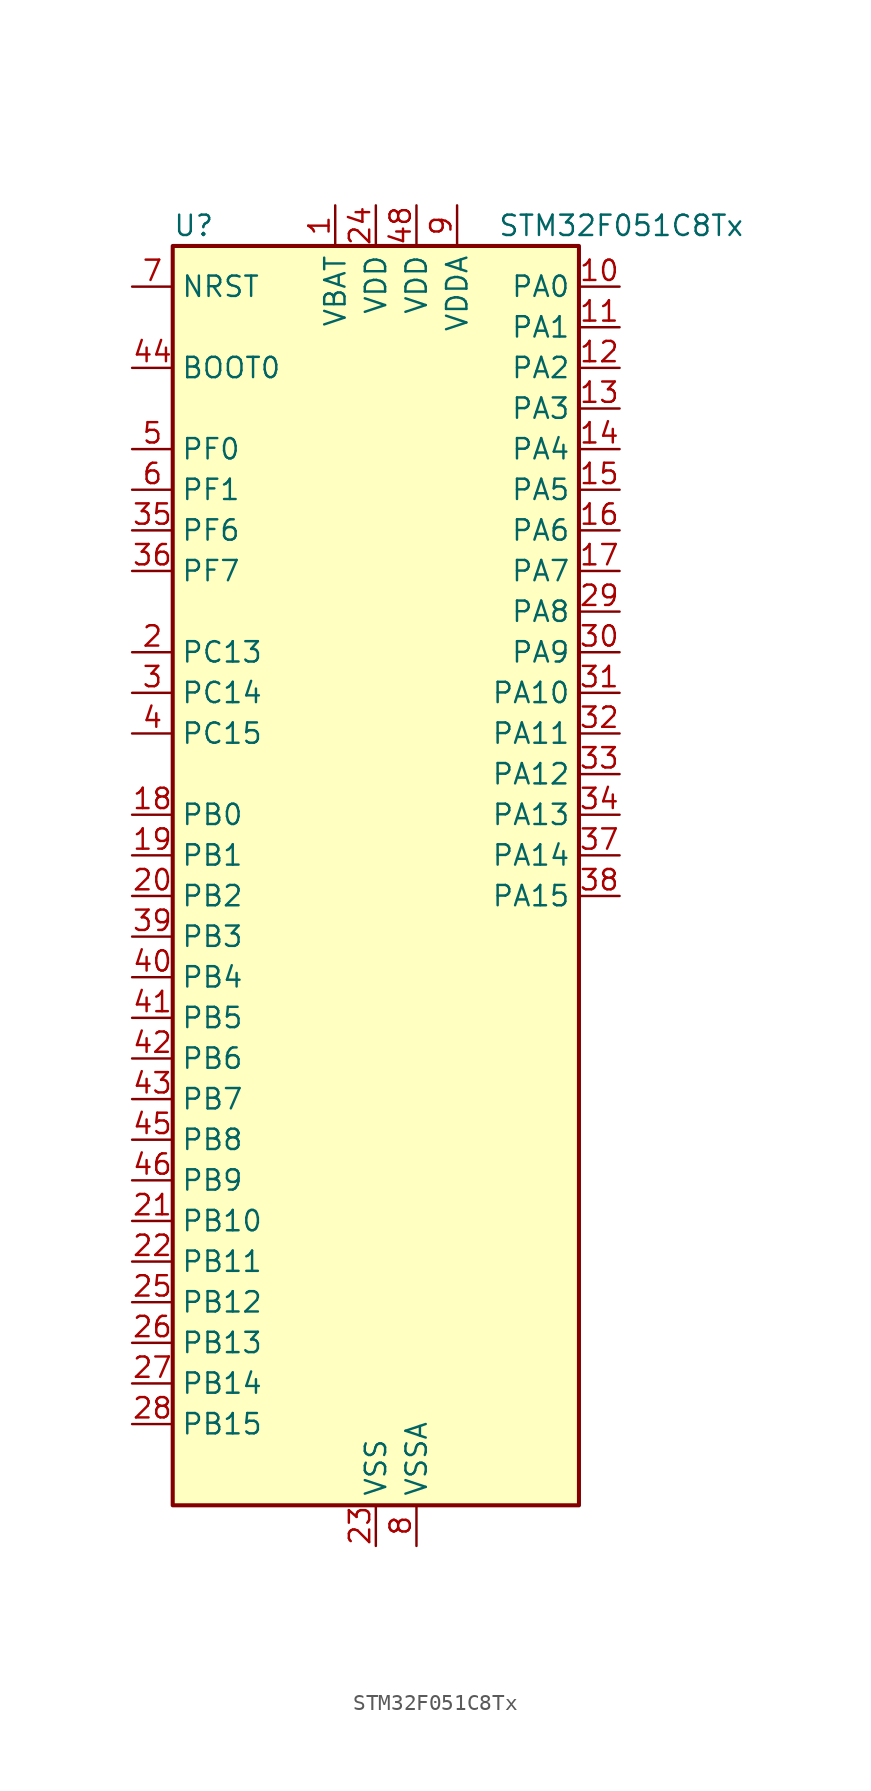
<source format=kicad_sym>
(kicad_symbol_lib
  (version 20231120)
  (generator "kicad_symbol_editor")
  (generator_version "8.0")
  (symbol "STM32F051C8Tx"
    (property "Reference" "U"
      (at -12.7 41.91 0)
      (effects (font (size 1.27 1.27)) (justify left)))
    (property "Value" "STM32F051C8Tx"
      (at 7.62 41.91 0)
      (effects (font (size 1.27 1.27)) (justify left)))
    (property "ki_locked" ""
      (at 0 0 0)
      (effects (font (size 1.27 1.27))))
    (symbol "STM32F051C8Tx_0_1"
      (rectangle (start -12.7 -38.1) (end 12.7 40.64) (stroke (width 0.254) (type default)) (fill (type background))))
    (symbol "STM32F051C8Tx_1_1"
      (pin power_in line (at -2.54 43.18 270) (length 2.54) (name "VBAT" (effects (font (size 1.27 1.27)))) (number "1" (effects (font (size 1.27 1.27)))))
      (pin bidirectional line (at 15.24 38.1 180) (length 2.54) (name "PA0" (effects (font (size 1.27 1.27)))) (number "10" (effects (font (size 1.27 1.27)))) (alternate "ADC_IN0" bidirectional line) (alternate "COMP1_INM" bidirectional line) (alternate "COMP1_OUT" bidirectional line) (alternate "RTC_TAMP2" bidirectional line) (alternate "SYS_WKUP1" bidirectional line) (alternate "TIM2_CH1" bidirectional line) (alternate "TIM2_ETR" bidirectional line) (alternate "TSC_G1_IO1" bidirectional line) (alternate "USART2_CTS" bidirectional line))
      (pin bidirectional line (at 15.24 35.56 180) (length 2.54) (name "PA1" (effects (font (size 1.27 1.27)))) (number "11" (effects (font (size 1.27 1.27)))) (alternate "ADC_IN1" bidirectional line) (alternate "COMP1_INP" bidirectional line) (alternate "TIM2_CH2" bidirectional line) (alternate "TSC_G1_IO2" bidirectional line) (alternate "USART2_DE" bidirectional line) (alternate "USART2_RTS" bidirectional line))
      (pin bidirectional line (at 15.24 33.02 180) (length 2.54) (name "PA2" (effects (font (size 1.27 1.27)))) (number "12" (effects (font (size 1.27 1.27)))) (alternate "ADC_IN2" bidirectional line) (alternate "COMP2_INM" bidirectional line) (alternate "COMP2_OUT" bidirectional line) (alternate "TIM15_CH1" bidirectional line) (alternate "TIM2_CH3" bidirectional line) (alternate "TSC_G1_IO3" bidirectional line) (alternate "USART2_TX" bidirectional line))
      (pin bidirectional line (at 15.24 30.48 180) (length 2.54) (name "PA3" (effects (font (size 1.27 1.27)))) (number "13" (effects (font (size 1.27 1.27)))) (alternate "ADC_IN3" bidirectional line) (alternate "COMP2_INP" bidirectional line) (alternate "TIM15_CH2" bidirectional line) (alternate "TIM2_CH4" bidirectional line) (alternate "TSC_G1_IO4" bidirectional line) (alternate "USART2_RX" bidirectional line))
      (pin bidirectional line (at 15.24 27.94 180) (length 2.54) (name "PA4" (effects (font (size 1.27 1.27)))) (number "14" (effects (font (size 1.27 1.27)))) (alternate "ADC_IN4" bidirectional line) (alternate "COMP1_INM" bidirectional line) (alternate "COMP2_INM" bidirectional line) (alternate "DAC1_OUT1" bidirectional line) (alternate "I2S1_WS" bidirectional line) (alternate "SPI1_NSS" bidirectional line) (alternate "TIM14_CH1" bidirectional line) (alternate "TSC_G2_IO1" bidirectional line) (alternate "USART2_CK" bidirectional line))
      (pin bidirectional line (at 15.24 25.4 180) (length 2.54) (name "PA5" (effects (font (size 1.27 1.27)))) (number "15" (effects (font (size 1.27 1.27)))) (alternate "ADC_IN5" bidirectional line) (alternate "CEC" bidirectional line) (alternate "COMP1_INM" bidirectional line) (alternate "COMP2_INM" bidirectional line) (alternate "I2S1_CK" bidirectional line) (alternate "SPI1_SCK" bidirectional line) (alternate "TIM2_CH1" bidirectional line) (alternate "TIM2_ETR" bidirectional line) (alternate "TSC_G2_IO2" bidirectional line))
      (pin bidirectional line (at 15.24 22.86 180) (length 2.54) (name "PA6" (effects (font (size 1.27 1.27)))) (number "16" (effects (font (size 1.27 1.27)))) (alternate "ADC_IN6" bidirectional line) (alternate "COMP1_OUT" bidirectional line) (alternate "I2S1_MCK" bidirectional line) (alternate "SPI1_MISO" bidirectional line) (alternate "TIM16_CH1" bidirectional line) (alternate "TIM1_BKIN" bidirectional line) (alternate "TIM3_CH1" bidirectional line) (alternate "TSC_G2_IO3" bidirectional line))
      (pin bidirectional line (at 15.24 20.32 180) (length 2.54) (name "PA7" (effects (font (size 1.27 1.27)))) (number "17" (effects (font (size 1.27 1.27)))) (alternate "ADC_IN7" bidirectional line) (alternate "COMP2_OUT" bidirectional line) (alternate "I2S1_SD" bidirectional line) (alternate "SPI1_MOSI" bidirectional line) (alternate "TIM14_CH1" bidirectional line) (alternate "TIM17_CH1" bidirectional line) (alternate "TIM1_CH1N" bidirectional line) (alternate "TIM3_CH2" bidirectional line) (alternate "TSC_G2_IO4" bidirectional line))
      (pin bidirectional line (at -15.24 5.08 0) (length 2.54) (name "PB0" (effects (font (size 1.27 1.27)))) (number "18" (effects (font (size 1.27 1.27)))) (alternate "ADC_IN8" bidirectional line) (alternate "TIM1_CH2N" bidirectional line) (alternate "TIM3_CH3" bidirectional line) (alternate "TSC_G3_IO2" bidirectional line))
      (pin bidirectional line (at -15.24 2.54 0) (length 2.54) (name "PB1" (effects (font (size 1.27 1.27)))) (number "19" (effects (font (size 1.27 1.27)))) (alternate "ADC_IN9" bidirectional line) (alternate "TIM14_CH1" bidirectional line) (alternate "TIM1_CH3N" bidirectional line) (alternate "TIM3_CH4" bidirectional line) (alternate "TSC_G3_IO3" bidirectional line))
      (pin bidirectional line (at -15.24 15.24 0) (length 2.54) (name "PC13" (effects (font (size 1.27 1.27)))) (number "2" (effects (font (size 1.27 1.27)))) (alternate "RTC_OUT_ALARM" bidirectional line) (alternate "RTC_OUT_CALIB" bidirectional line) (alternate "RTC_TAMP1" bidirectional line) (alternate "RTC_TS" bidirectional line) (alternate "SYS_WKUP2" bidirectional line))
      (pin bidirectional line (at -15.24 0 0) (length 2.54) (name "PB2" (effects (font (size 1.27 1.27)))) (number "20" (effects (font (size 1.27 1.27)))) (alternate "TSC_G3_IO4" bidirectional line))
      (pin bidirectional line (at -15.24 -20.32 0) (length 2.54) (name "PB10" (effects (font (size 1.27 1.27)))) (number "21" (effects (font (size 1.27 1.27)))) (alternate "CEC" bidirectional line) (alternate "I2C2_SCL" bidirectional line) (alternate "TIM2_CH3" bidirectional line) (alternate "TSC_SYNC" bidirectional line))
      (pin bidirectional line (at -15.24 -22.86 0) (length 2.54) (name "PB11" (effects (font (size 1.27 1.27)))) (number "22" (effects (font (size 1.27 1.27)))) (alternate "I2C2_SDA" bidirectional line) (alternate "TIM2_CH4" bidirectional line) (alternate "TSC_G6_IO1" bidirectional line))
      (pin power_in line (at 0 -40.64 90) (length 2.54) (name "VSS" (effects (font (size 1.27 1.27)))) (number "23" (effects (font (size 1.27 1.27)))))
      (pin power_in line (at 0 43.18 270) (length 2.54) (name "VDD" (effects (font (size 1.27 1.27)))) (number "24" (effects (font (size 1.27 1.27)))))
      (pin bidirectional line (at -15.24 -25.4 0) (length 2.54) (name "PB12" (effects (font (size 1.27 1.27)))) (number "25" (effects (font (size 1.27 1.27)))) (alternate "SPI2_NSS" bidirectional line) (alternate "TIM1_BKIN" bidirectional line) (alternate "TSC_G6_IO2" bidirectional line))
      (pin bidirectional line (at -15.24 -27.94 0) (length 2.54) (name "PB13" (effects (font (size 1.27 1.27)))) (number "26" (effects (font (size 1.27 1.27)))) (alternate "SPI2_SCK" bidirectional line) (alternate "TIM1_CH1N" bidirectional line) (alternate "TSC_G6_IO3" bidirectional line))
      (pin bidirectional line (at -15.24 -30.48 0) (length 2.54) (name "PB14" (effects (font (size 1.27 1.27)))) (number "27" (effects (font (size 1.27 1.27)))) (alternate "SPI2_MISO" bidirectional line) (alternate "TIM15_CH1" bidirectional line) (alternate "TIM1_CH2N" bidirectional line) (alternate "TSC_G6_IO4" bidirectional line))
      (pin bidirectional line (at -15.24 -33.02 0) (length 2.54) (name "PB15" (effects (font (size 1.27 1.27)))) (number "28" (effects (font (size 1.27 1.27)))) (alternate "RTC_REFIN" bidirectional line) (alternate "SPI2_MOSI" bidirectional line) (alternate "TIM15_CH1N" bidirectional line) (alternate "TIM15_CH2" bidirectional line) (alternate "TIM1_CH3N" bidirectional line))
      (pin bidirectional line (at 15.24 17.78 180) (length 2.54) (name "PA8" (effects (font (size 1.27 1.27)))) (number "29" (effects (font (size 1.27 1.27)))) (alternate "RCC_MCO" bidirectional line) (alternate "TIM1_CH1" bidirectional line) (alternate "USART1_CK" bidirectional line))
      (pin bidirectional line (at -15.24 12.7 0) (length 2.54) (name "PC14" (effects (font (size 1.27 1.27)))) (number "3" (effects (font (size 1.27 1.27)))) (alternate "RCC_OSC32_IN" bidirectional line))
      (pin bidirectional line (at 15.24 15.24 180) (length 2.54) (name "PA9" (effects (font (size 1.27 1.27)))) (number "30" (effects (font (size 1.27 1.27)))) (alternate "DAC1_EXTI9" bidirectional line) (alternate "TIM15_BKIN" bidirectional line) (alternate "TIM1_CH2" bidirectional line) (alternate "TSC_G4_IO1" bidirectional line) (alternate "USART1_TX" bidirectional line))
      (pin bidirectional line (at 15.24 12.7 180) (length 2.54) (name "PA10" (effects (font (size 1.27 1.27)))) (number "31" (effects (font (size 1.27 1.27)))) (alternate "TIM17_BKIN" bidirectional line) (alternate "TIM1_CH3" bidirectional line) (alternate "TSC_G4_IO2" bidirectional line) (alternate "USART1_RX" bidirectional line))
      (pin bidirectional line (at 15.24 10.16 180) (length 2.54) (name "PA11" (effects (font (size 1.27 1.27)))) (number "32" (effects (font (size 1.27 1.27)))) (alternate "COMP1_OUT" bidirectional line) (alternate "TIM1_CH4" bidirectional line) (alternate "TSC_G4_IO3" bidirectional line) (alternate "USART1_CTS" bidirectional line))
      (pin bidirectional line (at 15.24 7.62 180) (length 2.54) (name "PA12" (effects (font (size 1.27 1.27)))) (number "33" (effects (font (size 1.27 1.27)))) (alternate "COMP2_OUT" bidirectional line) (alternate "TIM1_ETR" bidirectional line) (alternate "TSC_G4_IO4" bidirectional line) (alternate "USART1_DE" bidirectional line) (alternate "USART1_RTS" bidirectional line))
      (pin bidirectional line (at 15.24 5.08 180) (length 2.54) (name "PA13" (effects (font (size 1.27 1.27)))) (number "34" (effects (font (size 1.27 1.27)))) (alternate "IR_OUT" bidirectional line) (alternate "SYS_SWDIO" bidirectional line))
      (pin bidirectional line (at -15.24 22.86 0) (length 2.54) (name "PF6" (effects (font (size 1.27 1.27)))) (number "35" (effects (font (size 1.27 1.27)))) (alternate "I2C2_SCL" bidirectional line))
      (pin bidirectional line (at -15.24 20.32 0) (length 2.54) (name "PF7" (effects (font (size 1.27 1.27)))) (number "36" (effects (font (size 1.27 1.27)))) (alternate "I2C2_SDA" bidirectional line))
      (pin bidirectional line (at 15.24 2.54 180) (length 2.54) (name "PA14" (effects (font (size 1.27 1.27)))) (number "37" (effects (font (size 1.27 1.27)))) (alternate "SYS_SWCLK" bidirectional line) (alternate "USART2_TX" bidirectional line))
      (pin bidirectional line (at 15.24 0 180) (length 2.54) (name "PA15" (effects (font (size 1.27 1.27)))) (number "38" (effects (font (size 1.27 1.27)))) (alternate "I2S1_WS" bidirectional line) (alternate "SPI1_NSS" bidirectional line) (alternate "TIM2_CH1" bidirectional line) (alternate "TIM2_ETR" bidirectional line) (alternate "USART2_RX" bidirectional line))
      (pin bidirectional line (at -15.24 -2.54 0) (length 2.54) (name "PB3" (effects (font (size 1.27 1.27)))) (number "39" (effects (font (size 1.27 1.27)))) (alternate "I2S1_CK" bidirectional line) (alternate "SPI1_SCK" bidirectional line) (alternate "TIM2_CH2" bidirectional line) (alternate "TSC_G5_IO1" bidirectional line))
      (pin bidirectional line (at -15.24 10.16 0) (length 2.54) (name "PC15" (effects (font (size 1.27 1.27)))) (number "4" (effects (font (size 1.27 1.27)))) (alternate "RCC_OSC32_OUT" bidirectional line))
      (pin bidirectional line (at -15.24 -5.08 0) (length 2.54) (name "PB4" (effects (font (size 1.27 1.27)))) (number "40" (effects (font (size 1.27 1.27)))) (alternate "I2S1_MCK" bidirectional line) (alternate "SPI1_MISO" bidirectional line) (alternate "TIM3_CH1" bidirectional line) (alternate "TSC_G5_IO2" bidirectional line))
      (pin bidirectional line (at -15.24 -7.62 0) (length 2.54) (name "PB5" (effects (font (size 1.27 1.27)))) (number "41" (effects (font (size 1.27 1.27)))) (alternate "I2C1_SMBA" bidirectional line) (alternate "I2S1_SD" bidirectional line) (alternate "SPI1_MOSI" bidirectional line) (alternate "TIM16_BKIN" bidirectional line) (alternate "TIM3_CH2" bidirectional line))
      (pin bidirectional line (at -15.24 -10.16 0) (length 2.54) (name "PB6" (effects (font (size 1.27 1.27)))) (number "42" (effects (font (size 1.27 1.27)))) (alternate "I2C1_SCL" bidirectional line) (alternate "TIM16_CH1N" bidirectional line) (alternate "TSC_G5_IO3" bidirectional line) (alternate "USART1_TX" bidirectional line))
      (pin bidirectional line (at -15.24 -12.7 0) (length 2.54) (name "PB7" (effects (font (size 1.27 1.27)))) (number "43" (effects (font (size 1.27 1.27)))) (alternate "I2C1_SDA" bidirectional line) (alternate "TIM17_CH1N" bidirectional line) (alternate "TSC_G5_IO4" bidirectional line) (alternate "USART1_RX" bidirectional line))
      (pin input line (at -15.24 33.02 0) (length 2.54) (name "BOOT0" (effects (font (size 1.27 1.27)))) (number "44" (effects (font (size 1.27 1.27)))))
      (pin bidirectional line (at -15.24 -15.24 0) (length 2.54) (name "PB8" (effects (font (size 1.27 1.27)))) (number "45" (effects (font (size 1.27 1.27)))) (alternate "CEC" bidirectional line) (alternate "I2C1_SCL" bidirectional line) (alternate "TIM16_CH1" bidirectional line) (alternate "TSC_SYNC" bidirectional line))
      (pin bidirectional line (at -15.24 -17.78 0) (length 2.54) (name "PB9" (effects (font (size 1.27 1.27)))) (number "46" (effects (font (size 1.27 1.27)))) (alternate "DAC1_EXTI9" bidirectional line) (alternate "I2C1_SDA" bidirectional line) (alternate "IR_OUT" bidirectional line) (alternate "TIM17_CH1" bidirectional line))
      (pin passive line (at 0 -40.64 90) (length 2.54) hide (name "VSS" (effects (font (size 1.27 1.27)))) (number "47" (effects (font (size 1.27 1.27)))))
      (pin power_in line (at 2.54 43.18 270) (length 2.54) (name "VDD" (effects (font (size 1.27 1.27)))) (number "48" (effects (font (size 1.27 1.27)))))
      (pin bidirectional line (at -15.24 27.94 0) (length 2.54) (name "PF0" (effects (font (size 1.27 1.27)))) (number "5" (effects (font (size 1.27 1.27)))) (alternate "RCC_OSC_IN" bidirectional line))
      (pin bidirectional line (at -15.24 25.4 0) (length 2.54) (name "PF1" (effects (font (size 1.27 1.27)))) (number "6" (effects (font (size 1.27 1.27)))) (alternate "RCC_OSC_OUT" bidirectional line))
      (pin input line (at -15.24 38.1 0) (length 2.54) (name "NRST" (effects (font (size 1.27 1.27)))) (number "7" (effects (font (size 1.27 1.27)))))
      (pin power_in line (at 2.54 -40.64 90) (length 2.54) (name "VSSA" (effects (font (size 1.27 1.27)))) (number "8" (effects (font (size 1.27 1.27)))))
      (pin power_in line (at 5.08 43.18 270) (length 2.54) (name "VDDA" (effects (font (size 1.27 1.27)))) (number "9" (effects (font (size 1.27 1.27))))))))
</source>
